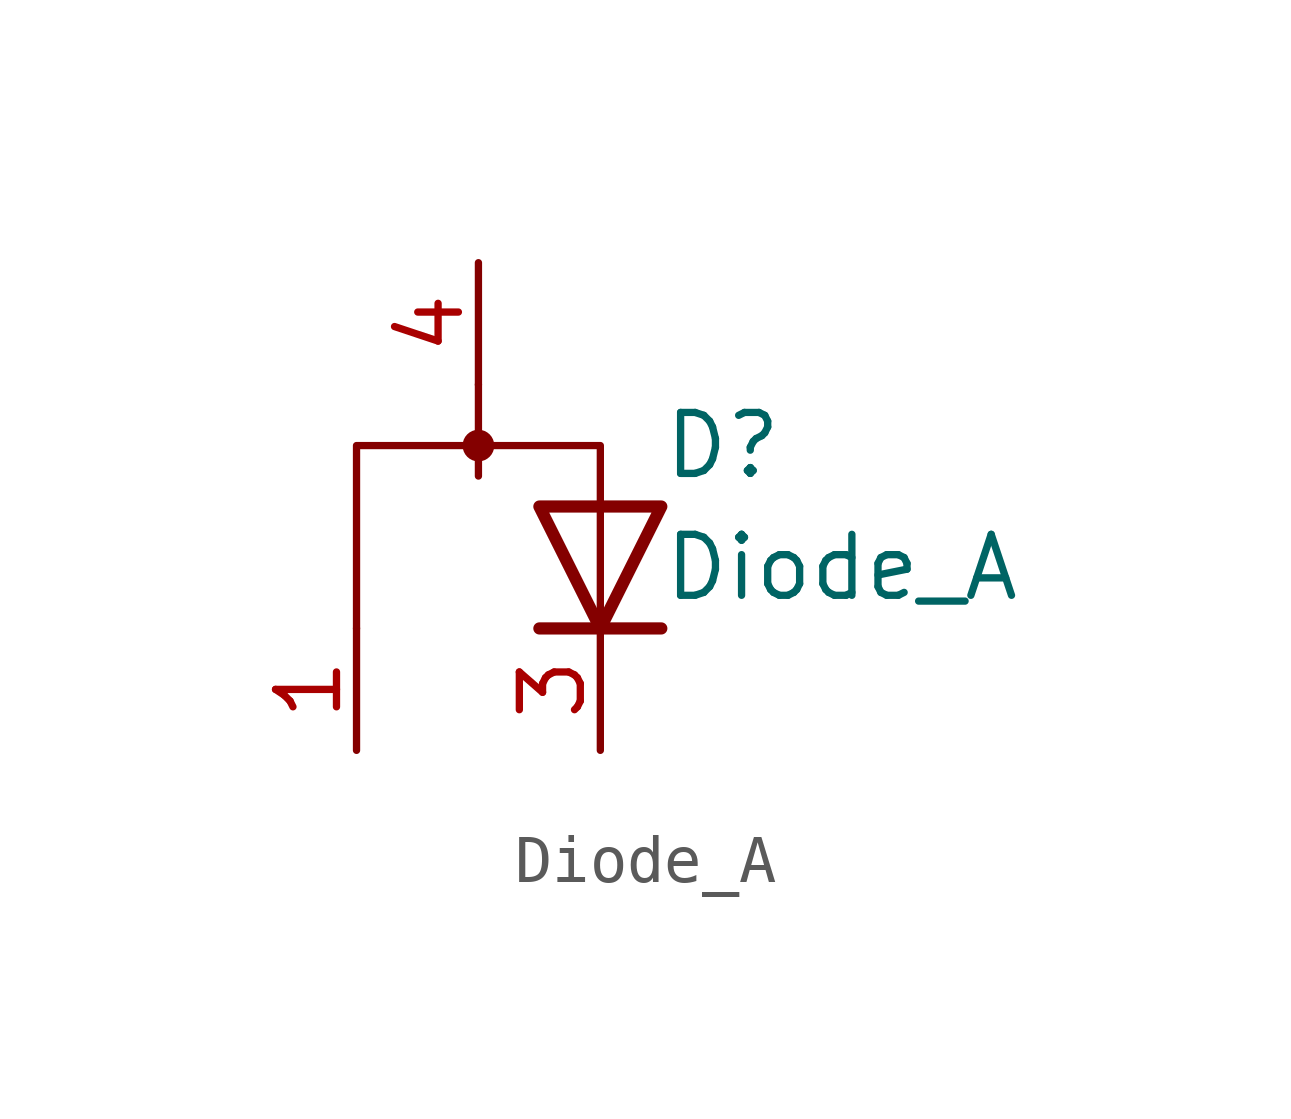
<source format=kicad_sym>
(kicad_symbol_lib
  (version 20220914)
  (generator kicad_symbol_editor)
  (symbol "Diode_A"
    (pin_names
      (offset 0) hide)
    (property "Reference" "D"
      (at 3.81 1.27 0)
      (effects (font (size 1.27 1.27)) (justify left)))
    (property "Value" "Diode_A"
      (at 3.81 -1.27 0)
      (effects (font (size 1.27 1.27)) (justify left)))
    (symbol "Diode_A_0_0"
      (polyline (pts (xy 3.81 -2.54) (xy 1.27 -2.54)) (stroke (width 0.254) (type default)) (fill (type none))))
    (symbol "Diode_A_0_1"
      (polyline (pts (xy 0 0.635) (xy 0 2.54)) (stroke (width 0) (type default)) (fill (type none)))
      (polyline (pts (xy 2.54 -2.54) (xy 2.54 1.27) (xy -2.54 1.27) (xy -2.54 -2.54)) (stroke (width 0) (type default)) (fill (type none)))
      (polyline (pts (xy 3.81 0) (xy 2.54 -2.54) (xy 1.27 0) (xy 3.81 0) (xy 3.81 0) (xy 3.81 0)) (stroke (width 0.254) (type default)) (fill (type none)))
      (circle (center 0 1.27) (radius 0.254) (stroke (width 0) (type default)) (fill (type outline)))
      (pin passive line (at -2.54 -5.08 90) (length 2.54) (name "A" (effects (font (size 1.27 1.27)))) (number "1" (effects (font (size 1.27 1.27)))))
      (pin passive line (at 2.54 -5.08 90) (length 2.54) (name "C" (effects (font (size 1.27 1.27)))) (number "3" (effects (font (size 1.27 1.27)))))
      (pin passive line (at 0 5.08 270) (length 2.54) (name "A" (effects (font (size 1.27 1.27)))) (number "4" (effects (font (size 1.27 1.27))))))))
</source>
